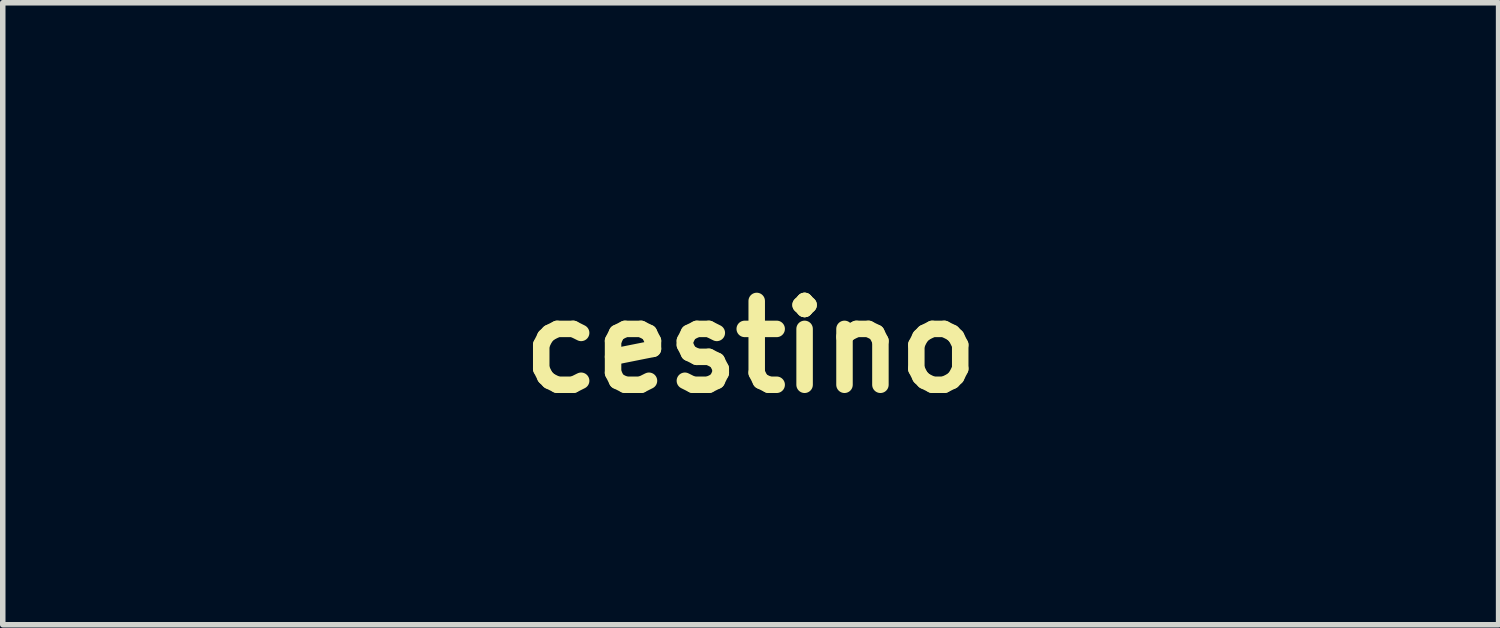
<source format=kicad_pcb>
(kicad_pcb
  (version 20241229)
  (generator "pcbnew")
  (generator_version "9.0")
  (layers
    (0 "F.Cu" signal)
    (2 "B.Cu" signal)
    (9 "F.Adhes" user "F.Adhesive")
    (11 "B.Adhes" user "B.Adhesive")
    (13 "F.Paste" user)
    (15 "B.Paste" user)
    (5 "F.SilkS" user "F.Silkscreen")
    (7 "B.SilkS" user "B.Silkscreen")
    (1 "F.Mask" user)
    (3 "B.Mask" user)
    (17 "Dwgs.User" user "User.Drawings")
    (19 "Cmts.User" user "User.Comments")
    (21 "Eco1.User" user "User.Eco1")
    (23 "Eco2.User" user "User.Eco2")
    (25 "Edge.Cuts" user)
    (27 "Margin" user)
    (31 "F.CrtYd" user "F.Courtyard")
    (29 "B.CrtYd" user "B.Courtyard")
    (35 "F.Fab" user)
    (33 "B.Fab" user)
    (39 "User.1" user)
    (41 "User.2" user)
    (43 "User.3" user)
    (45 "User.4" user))
  (footprint "cestino"
    (layer "F.Cu")
    (at 10.603 3.258)
    (property "Reference" "cestino" (at 0 0 0) (layer "F.SilkS") (effects (font (size 1.524 1.524) (thickness 0.3))))
    (attr through_hole)
    (fp_poly (pts (xy 3.112 0.32) (xy 3.19 0.374) (xy 3.239 0.452) (xy 3.253 0.548) (xy 3.246 0.591) (xy 3.203 0.677) (xy 3.133 0.736) (xy 3.046 0.764) (xy 2.953 0.758) (xy 2.865 0.717) (xy 2.836 0.692) (xy 2.792 0.643) (xy 2.774 0.598) (xy 2.775 0.535) (xy 2.777 0.513) (xy 2.806 0.409) (xy 2.866 0.339) (xy 2.955 0.305) (xy 3.011 0.3) (xy 3.112 0.32)) (stroke (width 0.01) (type solid)) (fill yes) (layer "F.Mask"))
    (fp_poly (pts (xy 3.981 -1.981) (xy 4.045 -1.967) (xy 4.074 -1.95) (xy 4.082 -1.938) (xy 4.088 -1.917) (xy 4.094 -1.883) (xy 4.098 -1.833) (xy 4.102 -1.763) (xy 4.105 -1.67) (xy 4.107 -1.549) (xy 4.108 -1.399) (xy 4.109 -1.214) (xy 4.11 -0.991) (xy 4.11 -0.728) (xy 4.11 -0.612) (xy 4.11 -0.331) (xy 4.11 -0.093) (xy 4.109 0.107) (xy 4.108 0.27) (xy 4.106 0.402) (xy 4.103 0.506) (xy 4.1 0.584) (xy 4.096 0.642) (xy 4.091 0.681) (xy 4.084 0.707) (xy 4.077 0.722) (xy 4.074 0.726) (xy 4.033 0.748) (xy 3.96 0.76) (xy 3.879 0.762) (xy 3.778 0.758) (xy 3.713 0.744) (xy 3.685 0.726) (xy 3.677 0.714) (xy 3.67 0.693) (xy 3.665 0.659) (xy 3.66 0.609) (xy 3.656 0.539) (xy 3.654 0.446) (xy 3.652 0.326) (xy 3.65 0.175) (xy 3.649 -0.01) (xy 3.649 -0.233) (xy 3.648 -0.496) (xy 3.648 -0.612) (xy 3.648 -0.893) (xy 3.649 -1.131) (xy 3.65 -1.33) (xy 3.651 -1.494) (xy 3.653 -1.626) (xy 3.655 -1.729) (xy 3.659 -1.808) (xy 3.663 -1.865) (xy 3.668 -1.905) (xy 3.674 -1.931) (xy 3.681 -1.946) (xy 3.685 -1.95) (xy 3.726 -1.972) (xy 3.798 -1.983) (xy 3.879 -1.986) (xy 3.981 -1.981)) (stroke (width 0.01) (type solid)) (fill yes) (layer "F.Mask"))
    (fp_poly (pts (xy -2.124 -1.986) (xy -1.913 -1.986) (xy -1.743 -1.986) (xy -1.61 -1.984) (xy -1.51 -1.979) (xy -1.438 -1.97) (xy -1.389 -1.955) (xy -1.36 -1.933) (xy -1.344 -1.903) (xy -1.339 -1.863) (xy -1.339 -1.813) (xy -1.339 -1.761) (xy -1.342 -1.671) (xy -1.355 -1.608) (xy -1.386 -1.568) (xy -1.442 -1.545) (xy -1.53 -1.533) (xy -1.649 -1.528) (xy -1.893 -1.52) (xy -1.893 -0.407) (xy -1.894 -0.133) (xy -1.895 0.098) (xy -1.896 0.287) (xy -1.899 0.44) (xy -1.902 0.557) (xy -1.906 0.642) (xy -1.912 0.699) (xy -1.918 0.729) (xy -1.921 0.734) (xy -1.96 0.749) (xy -2.036 0.759) (xy -2.128 0.762) (xy -2.221 0.76) (xy -2.279 0.754) (xy -2.312 0.741) (xy -2.331 0.718) (xy -2.331 0.717) (xy -2.338 0.682) (xy -2.343 0.601) (xy -2.347 0.477) (xy -2.351 0.309) (xy -2.353 0.1) (xy -2.355 -0.15) (xy -2.355 -0.426) (xy -2.355 -1.524) (xy -2.581 -1.524) (xy -2.71 -1.526) (xy -2.801 -1.536) (xy -2.859 -1.559) (xy -2.892 -1.599) (xy -2.906 -1.661) (xy -2.909 -1.746) (xy -2.91 -1.811) (xy -2.91 -1.863) (xy -2.904 -1.903) (xy -2.887 -1.934) (xy -2.855 -1.956) (xy -2.804 -1.971) (xy -2.729 -1.98) (xy -2.626 -1.984) (xy -2.489 -1.986) (xy -2.315 -1.986) (xy -2.124 -1.986)) (stroke (width 0.01) (type solid)) (fill yes) (layer "F.Mask"))
    (fp_poly (pts (xy -7.414 -1.952) (xy -7.256 -1.914) (xy -7.116 -1.84) (xy -7.035 -1.777) (xy -6.956 -1.693) (xy -6.889 -1.596) (xy -6.837 -1.493) (xy -6.803 -1.394) (xy -6.79 -1.307) (xy -6.801 -1.239) (xy -6.833 -1.202) (xy -6.88 -1.189) (xy -6.954 -1.18) (xy -7.018 -1.178) (xy -7.113 -1.183) (xy -7.178 -1.205) (xy -7.228 -1.253) (xy -7.278 -1.335) (xy -7.349 -1.423) (xy -7.443 -1.478) (xy -7.549 -1.498) (xy -7.656 -1.479) (xy -7.715 -1.448) (xy -7.758 -1.417) (xy -7.793 -1.386) (xy -7.82 -1.347) (xy -7.841 -1.298) (xy -7.855 -1.231) (xy -7.865 -1.142) (xy -7.87 -1.025) (xy -7.873 -0.875) (xy -7.874 -0.687) (xy -7.874 -0.588) (xy -7.874 -0.38) (xy -7.872 -0.213) (xy -7.868 -0.081) (xy -7.859 0.021) (xy -7.846 0.097) (xy -7.827 0.153) (xy -7.801 0.194) (xy -7.766 0.226) (xy -7.721 0.253) (xy -7.68 0.275) (xy -7.611 0.306) (xy -7.561 0.317) (xy -7.508 0.31) (xy -7.476 0.301) (xy -7.406 0.269) (xy -7.337 0.221) (xy -7.282 0.167) (xy -7.252 0.118) (xy -7.251 0.105) (xy -7.229 0.053) (xy -7.166 0.018) (xy -7.061 0.002) (xy -7.005 0) (xy -6.903 0.004) (xy -6.838 0.019) (xy -6.803 0.051) (xy -6.79 0.104) (xy -6.789 0.139) (xy -6.809 0.246) (xy -6.863 0.363) (xy -6.944 0.48) (xy -7.045 0.587) (xy -7.158 0.674) (xy -7.24 0.719) (xy -7.344 0.751) (xy -7.472 0.771) (xy -7.604 0.776) (xy -7.719 0.766) (xy -7.742 0.761) (xy -7.913 0.695) (xy -8.065 0.59) (xy -8.19 0.452) (xy -8.263 0.327) (xy -8.324 0.196) (xy -8.324 -1.397) (xy -8.26 -1.527) (xy -8.17 -1.667) (xy -8.046 -1.793) (xy -7.904 -1.89) (xy -7.894 -1.896) (xy -7.814 -1.928) (xy -7.717 -1.947) (xy -7.597 -1.958) (xy -7.414 -1.952)) (stroke (width 0.01) (type solid)) (fill yes) (layer "F.Mask"))
    (fp_poly (pts (xy -3.965 -1.972) (xy -3.884 -1.964) (xy -3.815 -1.946) (xy -3.744 -1.916) (xy -3.741 -1.914) (xy -3.637 -1.857) (xy -3.552 -1.793) (xy -3.491 -1.73) (xy -3.464 -1.675) (xy -3.464 -1.667) (xy -3.477 -1.625) (xy -3.513 -1.563) (xy -3.557 -1.503) (xy -3.627 -1.426) (xy -3.691 -1.39) (xy -3.759 -1.393) (xy -3.843 -1.433) (xy -3.879 -1.457) (xy -3.949 -1.5) (xy -4.008 -1.519) (xy -4.077 -1.519) (xy -4.094 -1.518) (xy -4.205 -1.489) (xy -4.289 -1.429) (xy -4.341 -1.345) (xy -4.356 -1.247) (xy -4.333 -1.149) (xy -4.307 -1.096) (xy -4.272 -1.058) (xy -4.22 -1.03) (xy -4.141 -1.007) (xy -4.027 -0.984) (xy -4.006 -0.981) (xy -3.786 -0.923) (xy -3.599 -0.834) (xy -3.445 -0.713) (xy -3.323 -0.56) (xy -3.272 -0.464) (xy -3.236 -0.382) (xy -3.215 -0.31) (xy -3.205 -0.232) (xy -3.202 -0.127) (xy -3.202 -0.118) (xy -3.205 -0.013) (xy -3.214 0.086) (xy -3.225 0.161) (xy -3.228 0.173) (xy -3.295 0.333) (xy -3.397 0.48) (xy -3.525 0.606) (xy -3.671 0.7) (xy -3.741 0.729) (xy -3.842 0.754) (xy -3.969 0.77) (xy -4.104 0.776) (xy -4.232 0.773) (xy -4.333 0.757) (xy -4.343 0.755) (xy -4.517 0.683) (xy -4.676 0.572) (xy -4.752 0.499) (xy -4.817 0.421) (xy -4.846 0.358) (xy -4.839 0.3) (xy -4.794 0.24) (xy -4.711 0.166) (xy -4.705 0.162) (xy -4.64 0.114) (xy -4.585 0.08) (xy -4.556 0.069) (xy -4.524 0.084) (xy -4.47 0.123) (xy -4.412 0.174) (xy -4.295 0.258) (xy -4.171 0.306) (xy -4.045 0.318) (xy -3.927 0.296) (xy -3.823 0.242) (xy -3.739 0.158) (xy -3.684 0.044) (xy -3.676 0.01) (xy -3.662 -0.131) (xy -3.685 -0.251) (xy -3.748 -0.351) (xy -3.851 -0.431) (xy -3.996 -0.494) (xy -4.174 -0.539) (xy -4.374 -0.592) (xy -4.534 -0.67) (xy -4.658 -0.774) (xy -4.744 -0.905) (xy -4.796 -1.064) (xy -4.813 -1.247) (xy -4.802 -1.414) (xy -4.764 -1.554) (xy -4.694 -1.678) (xy -4.614 -1.771) (xy -4.502 -1.866) (xy -4.38 -1.929) (xy -4.239 -1.964) (xy -4.076 -1.974) (xy -3.965 -1.972)) (stroke (width 0.01) (type solid)) (fill yes) (layer "F.Mask"))
    (fp_poly (pts (xy -5.472 -1.962) (xy -5.356 -1.958) (xy -5.272 -1.95) (xy -5.215 -1.936) (xy -5.179 -1.915) (xy -5.159 -1.884) (xy -5.151 -1.843) (xy -5.149 -1.79) (xy -5.149 -1.746) (xy -5.15 -1.67) (xy -5.157 -1.613) (xy -5.175 -1.574) (xy -5.212 -1.548) (xy -5.273 -1.533) (xy -5.364 -1.525) (xy -5.492 -1.521) (xy -5.581 -1.519) (xy -5.74 -1.515) (xy -5.856 -1.509) (xy -5.934 -1.5) (xy -5.977 -1.488) (xy -5.985 -1.483) (xy -6.006 -1.438) (xy -6.019 -1.363) (xy -6.025 -1.271) (xy -6.022 -1.178) (xy -6.012 -1.099) (xy -5.994 -1.05) (xy -5.979 -1.029) (xy -5.96 -1.013) (xy -5.931 -1.003) (xy -5.885 -0.997) (xy -5.813 -0.994) (xy -5.708 -0.993) (xy -5.599 -0.993) (xy -5.444 -0.992) (xy -5.33 -0.987) (xy -5.25 -0.975) (xy -5.198 -0.953) (xy -5.167 -0.917) (xy -5.153 -0.866) (xy -5.149 -0.795) (xy -5.149 -0.767) (xy -5.151 -0.685) (xy -5.159 -0.625) (xy -5.181 -0.583) (xy -5.221 -0.556) (xy -5.287 -0.54) (xy -5.385 -0.533) (xy -5.519 -0.531) (xy -5.588 -0.531) (xy -5.74 -0.531) (xy -5.853 -0.528) (xy -5.931 -0.515) (xy -5.982 -0.488) (xy -6.01 -0.44) (xy -6.023 -0.367) (xy -6.027 -0.263) (xy -6.027 -0.135) (xy -6.025 -0.018) (xy -6.02 0.087) (xy -6.014 0.168) (xy -6.005 0.215) (xy -6.005 0.216) (xy -5.983 0.274) (xy -5.599 0.281) (xy -5.444 0.285) (xy -5.33 0.29) (xy -5.25 0.302) (xy -5.198 0.322) (xy -5.168 0.354) (xy -5.154 0.401) (xy -5.15 0.467) (xy -5.149 0.522) (xy -5.149 0.585) (xy -5.152 0.634) (xy -5.164 0.672) (xy -5.188 0.699) (xy -5.231 0.718) (xy -5.297 0.729) (xy -5.39 0.736) (xy -5.517 0.738) (xy -5.681 0.739) (xy -5.816 0.739) (xy -6.016 0.738) (xy -6.172 0.736) (xy -6.29 0.732) (xy -6.371 0.727) (xy -6.42 0.719) (xy -6.438 0.711) (xy -6.444 0.682) (xy -6.45 0.612) (xy -6.454 0.506) (xy -6.458 0.37) (xy -6.462 0.207) (xy -6.464 0.024) (xy -6.466 -0.175) (xy -6.467 -0.384) (xy -6.468 -0.599) (xy -6.467 -0.814) (xy -6.466 -1.025) (xy -6.465 -1.225) (xy -6.462 -1.41) (xy -6.459 -1.576) (xy -6.455 -1.716) (xy -6.45 -1.826) (xy -6.445 -1.9) (xy -6.439 -1.934) (xy -6.438 -1.935) (xy -6.414 -1.944) (xy -6.359 -1.952) (xy -6.272 -1.957) (xy -6.148 -1.96) (xy -5.984 -1.962) (xy -5.816 -1.963) (xy -5.623 -1.963) (xy -5.472 -1.962)) (stroke (width 0.01) (type solid)) (fill yes) (layer "F.Mask"))
    (fp_poly (pts (xy -0.022 -1.962) (xy 0.093 -1.958) (xy 0.177 -1.95) (xy 0.235 -1.936) (xy 0.271 -1.915) (xy 0.291 -1.884) (xy 0.299 -1.843) (xy 0.3 -1.79) (xy 0.3 -1.746) (xy 0.299 -1.67) (xy 0.293 -1.613) (xy 0.274 -1.574) (xy 0.238 -1.548) (xy 0.177 -1.533) (xy 0.086 -1.525) (xy -0.042 -1.521) (xy -0.132 -1.519) (xy -0.291 -1.515) (xy -0.407 -1.509) (xy -0.485 -1.5) (xy -0.527 -1.488) (xy -0.535 -1.483) (xy -0.556 -1.438) (xy -0.569 -1.363) (xy -0.575 -1.271) (xy -0.573 -1.178) (xy -0.562 -1.099) (xy -0.545 -1.05) (xy -0.529 -1.029) (xy -0.511 -1.013) (xy -0.482 -1.003) (xy -0.435 -0.997) (xy -0.363 -0.994) (xy -0.258 -0.993) (xy -0.15 -0.993) (xy 0.005 -0.992) (xy 0.119 -0.987) (xy 0.2 -0.975) (xy 0.252 -0.953) (xy 0.282 -0.917) (xy 0.296 -0.866) (xy 0.3 -0.795) (xy 0.3 -0.767) (xy 0.299 -0.685) (xy 0.29 -0.625) (xy 0.269 -0.583) (xy 0.228 -0.556) (xy 0.162 -0.54) (xy 0.065 -0.533) (xy -0.07 -0.531) (xy -0.139 -0.531) (xy -0.291 -0.531) (xy -0.403 -0.528) (xy -0.482 -0.515) (xy -0.532 -0.488) (xy -0.561 -0.44) (xy -0.574 -0.367) (xy -0.577 -0.263) (xy -0.577 -0.135) (xy -0.576 -0.018) (xy -0.571 0.087) (xy -0.564 0.168) (xy -0.556 0.215) (xy -0.555 0.216) (xy -0.533 0.274) (xy -0.149 0.281) (xy 0.005 0.285) (xy 0.119 0.29) (xy 0.199 0.302) (xy 0.252 0.322) (xy 0.282 0.354) (xy 0.296 0.401) (xy 0.3 0.467) (xy 0.3 0.522) (xy 0.3 0.585) (xy 0.297 0.634) (xy 0.286 0.672) (xy 0.261 0.699) (xy 0.219 0.718) (xy 0.153 0.729) (xy 0.059 0.736) (xy -0.067 0.738) (xy -0.232 0.739) (xy -0.366 0.739) (xy -0.566 0.738) (xy -0.723 0.736) (xy -0.84 0.732) (xy -0.922 0.727) (xy -0.97 0.719) (xy -0.988 0.711) (xy -0.995 0.682) (xy -1 0.612) (xy -1.005 0.506) (xy -1.009 0.37) (xy -1.012 0.207) (xy -1.015 0.024) (xy -1.017 -0.175) (xy -1.018 -0.384) (xy -1.018 -0.599) (xy -1.018 -0.814) (xy -1.017 -1.025) (xy -1.015 -1.225) (xy -1.013 -1.41) (xy -1.009 -1.576) (xy -1.005 -1.716) (xy -1.001 -1.826) (xy -0.995 -1.9) (xy -0.989 -1.934) (xy -0.988 -1.935) (xy -0.964 -1.944) (xy -0.91 -1.952) (xy -0.822 -1.957) (xy -0.698 -1.96) (xy -0.534 -1.962) (xy -0.366 -1.963) (xy -0.174 -1.963) (xy -0.022 -1.962)) (stroke (width 0.01) (type solid)) (fill yes) (layer "F.Mask"))
    (fp_poly (pts (xy 7.637 -2.018) (xy 7.719 -2.008) (xy 7.791 -1.987) (xy 7.854 -1.959) (xy 8.012 -1.861) (xy 8.144 -1.728) (xy 8.24 -1.574) (xy 8.301 -1.443) (xy 8.308 -0.673) (xy 8.31 -0.462) (xy 8.311 -0.291) (xy 8.311 -0.156) (xy 8.309 -0.049) (xy 8.306 0.033) (xy 8.301 0.098) (xy 8.294 0.15) (xy 8.284 0.196) (xy 8.272 0.24) (xy 8.268 0.254) (xy 8.194 0.419) (xy 8.082 0.563) (xy 7.936 0.679) (xy 7.894 0.704) (xy 7.824 0.738) (xy 7.76 0.76) (xy 7.683 0.772) (xy 7.579 0.778) (xy 7.562 0.779) (xy 7.42 0.778) (xy 7.313 0.766) (xy 7.271 0.755) (xy 7.104 0.669) (xy 6.959 0.549) (xy 6.844 0.403) (xy 6.803 0.326) (xy 6.791 0.297) (xy 6.78 0.266) (xy 6.772 0.23) (xy 6.766 0.182) (xy 6.761 0.119) (xy 6.758 0.035) (xy 6.756 -0.075) (xy 6.755 -0.216) (xy 6.754 -0.393) (xy 6.754 -0.611) (xy 6.754 -0.618) (xy 7.204 -0.618) (xy 7.205 -0.42) (xy 7.206 -0.263) (xy 7.208 -0.141) (xy 7.211 -0.048) (xy 7.216 0.02) (xy 7.223 0.07) (xy 7.232 0.106) (xy 7.243 0.134) (xy 7.245 0.138) (xy 7.311 0.227) (xy 7.402 0.291) (xy 7.504 0.322) (xy 7.528 0.323) (xy 7.617 0.307) (xy 7.692 0.271) (xy 7.734 0.241) (xy 7.769 0.211) (xy 7.796 0.175) (xy 7.816 0.129) (xy 7.831 0.067) (xy 7.84 -0.016) (xy 7.845 -0.124) (xy 7.848 -0.264) (xy 7.847 -0.439) (xy 7.846 -0.647) (xy 7.844 -0.846) (xy 7.842 -1.004) (xy 7.839 -1.127) (xy 7.836 -1.219) (xy 7.832 -1.287) (xy 7.825 -1.335) (xy 7.817 -1.369) (xy 7.806 -1.394) (xy 7.793 -1.416) (xy 7.788 -1.423) (xy 7.702 -1.508) (xy 7.598 -1.554) (xy 7.487 -1.559) (xy 7.376 -1.521) (xy 7.34 -1.499) (xy 7.303 -1.471) (xy 7.274 -1.44) (xy 7.251 -1.403) (xy 7.234 -1.353) (xy 7.221 -1.286) (xy 7.213 -1.195) (xy 7.208 -1.077) (xy 7.205 -0.926) (xy 7.204 -0.736) (xy 7.204 -0.618) (xy 6.754 -0.618) (xy 6.754 -0.623) (xy 6.754 -0.843) (xy 6.755 -1.021) (xy 6.755 -1.163) (xy 6.757 -1.274) (xy 6.76 -1.359) (xy 6.765 -1.422) (xy 6.771 -1.47) (xy 6.779 -1.505) (xy 6.789 -1.535) (xy 6.802 -1.563) (xy 6.807 -1.573) (xy 6.908 -1.733) (xy 7.035 -1.858) (xy 7.176 -1.944) (xy 7.26 -1.983) (xy 7.329 -2.006) (xy 7.402 -2.017) (xy 7.498 -2.02) (xy 7.527 -2.02) (xy 7.637 -2.018)) (stroke (width 0.01) (type solid)) (fill yes) (layer "F.Mask"))
    (fp_poly (pts (xy 6.203 -1.981) (xy 6.275 -1.968) (xy 6.314 -1.95) (xy 6.322 -1.938) (xy 6.328 -1.917) (xy 6.334 -1.883) (xy 6.338 -1.833) (xy 6.342 -1.763) (xy 6.345 -1.669) (xy 6.347 -1.549) (xy 6.348 -1.397) (xy 6.349 -1.212) (xy 6.35 -0.989) (xy 6.35 -0.724) (xy 6.35 -0.62) (xy 6.35 -0.302) (xy 6.348 -0.025) (xy 6.346 0.209) (xy 6.343 0.4) (xy 6.339 0.546) (xy 6.335 0.649) (xy 6.329 0.706) (xy 6.326 0.717) (xy 6.289 0.744) (xy 6.221 0.761) (xy 6.139 0.766) (xy 6.056 0.76) (xy 5.987 0.744) (xy 5.953 0.722) (xy 5.933 0.692) (xy 5.893 0.628) (xy 5.837 0.533) (xy 5.767 0.414) (xy 5.686 0.275) (xy 5.598 0.121) (xy 5.541 0.023) (xy 5.449 -0.138) (xy 5.362 -0.287) (xy 5.284 -0.42) (xy 5.218 -0.531) (xy 5.166 -0.615) (xy 5.132 -0.667) (xy 5.121 -0.681) (xy 5.088 -0.712) (xy 5.067 -0.71) (xy 5.044 -0.683) (xy 5.034 -0.662) (xy 5.026 -0.625) (xy 5.02 -0.569) (xy 5.016 -0.488) (xy 5.013 -0.377) (xy 5.011 -0.231) (xy 5.011 -0.046) (xy 5.011 0.034) (xy 5.01 0.247) (xy 5.008 0.416) (xy 5.005 0.546) (xy 5 0.639) (xy 4.994 0.7) (xy 4.986 0.73) (xy 4.983 0.734) (xy 4.944 0.749) (xy 4.868 0.759) (xy 4.775 0.762) (xy 4.684 0.761) (xy 4.628 0.756) (xy 4.597 0.745) (xy 4.58 0.723) (xy 4.571 0.701) (xy 4.566 0.663) (xy 4.561 0.581) (xy 4.558 0.456) (xy 4.555 0.29) (xy 4.554 0.084) (xy 4.553 -0.16) (xy 4.553 -0.439) (xy 4.554 -0.65) (xy 4.556 -0.931) (xy 4.557 -1.169) (xy 4.559 -1.368) (xy 4.561 -1.531) (xy 4.564 -1.661) (xy 4.567 -1.763) (xy 4.571 -1.84) (xy 4.575 -1.895) (xy 4.581 -1.931) (xy 4.587 -1.953) (xy 4.595 -1.963) (xy 4.595 -1.963) (xy 4.652 -1.981) (xy 4.732 -1.987) (xy 4.82 -1.981) (xy 4.895 -1.966) (xy 4.936 -1.945) (xy 4.958 -1.916) (xy 5 -1.852) (xy 5.059 -1.757) (xy 5.131 -1.637) (xy 5.213 -1.497) (xy 5.303 -1.343) (xy 5.367 -1.231) (xy 5.46 -1.07) (xy 5.547 -0.92) (xy 5.625 -0.788) (xy 5.691 -0.678) (xy 5.743 -0.594) (xy 5.776 -0.543) (xy 5.788 -0.528) (xy 5.82 -0.512) (xy 5.849 -0.532) (xy 5.856 -0.542) (xy 5.866 -0.564) (xy 5.873 -0.603) (xy 5.879 -0.664) (xy 5.883 -0.752) (xy 5.886 -0.871) (xy 5.888 -1.027) (xy 5.888 -1.223) (xy 5.888 -1.258) (xy 5.889 -1.47) (xy 5.891 -1.64) (xy 5.894 -1.769) (xy 5.899 -1.863) (xy 5.905 -1.923) (xy 5.913 -1.954) (xy 5.916 -1.958) (xy 5.958 -1.976) (xy 6.03 -1.985) (xy 6.117 -1.987) (xy 6.203 -1.981)) (stroke (width 0.01) (type solid)) (fill yes) (layer "F.Mask"))
    (fp_poly (pts (xy 1.393 -1.962) (xy 1.538 -1.957) (xy 1.652 -1.947) (xy 1.743 -1.93) (xy 1.818 -1.903) (xy 1.885 -1.866) (xy 1.95 -1.815) (xy 2.008 -1.764) (xy 2.116 -1.648) (xy 2.19 -1.527) (xy 2.235 -1.389) (xy 2.257 -1.222) (xy 2.258 -1.204) (xy 2.257 -1.01) (xy 2.229 -0.848) (xy 2.172 -0.706) (xy 2.136 -0.647) (xy 2.059 -0.532) (xy 2.201 -0.41) (xy 2.272 -0.349) (xy 2.331 -0.295) (xy 2.368 -0.259) (xy 2.372 -0.254) (xy 2.382 -0.219) (xy 2.39 -0.147) (xy 2.396 -0.046) (xy 2.4 0.074) (xy 2.402 0.205) (xy 2.402 0.338) (xy 2.4 0.465) (xy 2.395 0.577) (xy 2.389 0.665) (xy 2.38 0.72) (xy 2.374 0.734) (xy 2.335 0.749) (xy 2.263 0.759) (xy 2.182 0.762) (xy 2.089 0.758) (xy 2.02 0.747) (xy 1.99 0.734) (xy 1.978 0.701) (xy 1.969 0.627) (xy 1.964 0.512) (xy 1.962 0.359) (xy 1.959 0.193) (xy 1.953 0.07) (xy 1.942 -0.01) (xy 1.933 -0.038) (xy 1.901 -0.077) (xy 1.845 -0.133) (xy 1.777 -0.193) (xy 1.776 -0.194) (xy 1.646 -0.3) (xy 1.438 -0.3) (xy 1.317 -0.297) (xy 1.239 -0.287) (xy 1.205 -0.271) (xy 1.196 -0.237) (xy 1.188 -0.161) (xy 1.181 -0.049) (xy 1.176 0.097) (xy 1.173 0.238) (xy 1.17 0.404) (xy 1.167 0.529) (xy 1.162 0.619) (xy 1.155 0.68) (xy 1.147 0.717) (xy 1.136 0.736) (xy 1.131 0.739) (xy 1.092 0.75) (xy 1.022 0.758) (xy 0.935 0.762) (xy 0.93 0.762) (xy 0.841 0.76) (xy 0.786 0.753) (xy 0.755 0.738) (xy 0.74 0.717) (xy 0.734 0.683) (xy 0.729 0.602) (xy 0.724 0.477) (xy 0.721 0.308) (xy 0.718 0.096) (xy 0.717 -0.16) (xy 0.716 -0.457) (xy 0.716 -0.6) (xy 0.716 -0.916) (xy 0.717 -1.131) (xy 1.178 -1.131) (xy 1.18 -0.98) (xy 1.186 -0.874) (xy 1.196 -0.81) (xy 1.205 -0.79) (xy 1.249 -0.771) (xy 1.325 -0.761) (xy 1.417 -0.761) (xy 1.512 -0.769) (xy 1.597 -0.785) (xy 1.656 -0.807) (xy 1.732 -0.873) (xy 1.779 -0.961) (xy 1.799 -1.081) (xy 1.801 -1.136) (xy 1.786 -1.274) (xy 1.742 -1.378) (xy 1.666 -1.451) (xy 1.642 -1.465) (xy 1.582 -1.484) (xy 1.499 -1.496) (xy 1.405 -1.501) (xy 1.316 -1.499) (xy 1.244 -1.49) (xy 1.205 -1.473) (xy 1.192 -1.438) (xy 1.183 -1.36) (xy 1.179 -1.24) (xy 1.178 -1.131) (xy 0.717 -1.131) (xy 0.718 -1.19) (xy 0.72 -1.421) (xy 0.723 -1.609) (xy 0.727 -1.754) (xy 0.731 -1.854) (xy 0.737 -1.908) (xy 0.74 -1.918) (xy 0.751 -1.934) (xy 0.769 -1.945) (xy 0.801 -1.953) (xy 0.853 -1.958) (xy 0.932 -1.961) (xy 1.043 -1.962) (xy 1.194 -1.963) (xy 1.209 -1.963) (xy 1.393 -1.962)) (stroke (width 0.01) (type solid)) (fill yes) (layer "F.Mask"))
    (fp_poly (pts (xy -2.995 -3.253) (xy -2.324 -3.253) (xy -1.609 -3.252) (xy -0.849 -3.252) (xy -0.045 -3.251) (xy 0.162 -3.251) (xy 8.509 -3.244) (xy 8.731 -3.183) (xy 9.007 -3.095) (xy 9.248 -2.992) (xy 9.466 -2.868) (xy 9.671 -2.715) (xy 9.873 -2.53) (xy 10.072 -2.313) (xy 10.232 -2.097) (xy 10.361 -1.87) (xy 10.465 -1.621) (xy 10.491 -1.544) (xy 10.526 -1.429) (xy 10.553 -1.319) (xy 10.573 -1.205) (xy 10.586 -1.081) (xy 10.594 -0.937) (xy 10.596 -0.765) (xy 10.595 -0.558) (xy 10.593 -0.485) (xy 10.59 -0.309) (xy 10.586 -0.172) (xy 10.581 -0.065) (xy 10.575 0.019) (xy 10.565 0.089) (xy 10.553 0.152) (xy 10.536 0.216) (xy 10.522 0.266) (xy 10.483 0.38) (xy 10.431 0.514) (xy 10.373 0.645) (xy 10.345 0.704) (xy 10.176 0.996) (xy 9.973 1.256) (xy 9.738 1.484) (xy 9.47 1.679) (xy 9.171 1.841) (xy 8.841 1.969) (xy 8.809 1.979) (xy 8.601 2.044) (xy 0.069 2.048) (xy -0.678 2.048) (xy -1.38 2.048) (xy -2.039 2.049) (xy -2.656 2.049) (xy -3.233 2.049) (xy -3.77 2.049) (xy -4.27 2.049) (xy -4.733 2.049) (xy -5.162 2.049) (xy -5.557 2.049) (xy -5.92 2.049) (xy -6.253 2.048) (xy -6.556 2.048) (xy -6.832 2.047) (xy -7.081 2.046) (xy -7.306 2.045) (xy -7.506 2.044) (xy -7.685 2.043) (xy -7.843 2.042) (xy -7.982 2.041) (xy -8.103 2.039) (xy -8.208 2.037) (xy -8.297 2.035) (xy -8.373 2.033) (xy -8.437 2.031) (xy -8.49 2.028) (xy -8.534 2.026) (xy -8.569 2.023) (xy -8.599 2.02) (xy -8.623 2.017) (xy -8.643 2.013) (xy -8.659 2.01) (xy -8.977 1.919) (xy -9.276 1.788) (xy -9.552 1.62) (xy -9.802 1.419) (xy -10.024 1.187) (xy -10.214 0.929) (xy -10.37 0.646) (xy -10.489 0.342) (xy -10.566 0.021) (xy -10.576 -0.041) (xy -10.589 -0.164) (xy -10.596 -0.318) (xy -10.598 -0.493) (xy -10.595 -0.679) (xy -10.59 -0.813) (xy -9.997 -0.813) (xy -9.996 -0.68) (xy -9.993 -0.523) (xy -9.989 -0.353) (xy -9.984 -0.222) (xy -9.978 -0.121) (xy -9.97 -0.042) (xy -9.959 0.024) (xy -9.944 0.084) (xy -9.931 0.127) (xy -9.819 0.403) (xy -9.671 0.654) (xy -9.49 0.877) (xy -9.281 1.069) (xy -9.046 1.227) (xy -8.789 1.349) (xy -8.514 1.43) (xy -8.393 1.452) (xy -8.356 1.454) (xy -8.276 1.456) (xy -8.153 1.458) (xy -7.99 1.459) (xy -7.789 1.461) (xy -7.552 1.463) (xy -7.281 1.464) (xy -6.978 1.465) (xy -6.644 1.467) (xy -6.283 1.468) (xy -5.896 1.469) (xy -5.484 1.47) (xy -5.051 1.471) (xy -4.598 1.472) (xy -4.127 1.472) (xy -3.64 1.473) (xy -3.139 1.474) (xy -2.626 1.474) (xy -2.103 1.475) (xy -1.572 1.475) (xy -1.036 1.475) (xy -0.495 1.475) (xy 0.047 1.475) (xy 0.589 1.475) (xy 1.128 1.475) (xy 1.664 1.475) (xy 2.193 1.475) (xy 2.714 1.475) (xy 3.225 1.474) (xy 3.723 1.474) (xy 4.207 1.473) (xy 4.675 1.472) (xy 5.124 1.471) (xy 5.553 1.47) (xy 5.959 1.469) (xy 6.342 1.468) (xy 6.697 1.467) (xy 7.025 1.466) (xy 7.321 1.465) (xy 7.586 1.463) (xy 7.816 1.462) (xy 8.009 1.46) (xy 8.164 1.458) (xy 8.278 1.457) (xy 8.35 1.455) (xy 8.375 1.453) (xy 8.662 1.392) (xy 8.93 1.29) (xy 9.176 1.151) (xy 9.397 0.978) (xy 9.589 0.773) (xy 9.75 0.54) (xy 9.876 0.281) (xy 9.965 0.000196) (xy 9.989 -0.12) (xy 10.005 -0.249) (xy 10.015 -0.407) (xy 10.018 -0.579) (xy 10.014 -0.756) (xy 10.005 -0.925) (xy 9.99 -1.074) (xy 9.97 -1.191) (xy 9.965 -1.211) (xy 9.892 -1.438) (xy 9.803 -1.636) (xy 9.691 -1.817) (xy 9.548 -1.993) (xy 9.444 -2.102) (xy 9.338 -2.206) (xy 9.248 -2.284) (xy 9.162 -2.346) (xy 9.069 -2.402) (xy 9.015 -2.43) (xy 8.9 -2.485) (xy 8.774 -2.538) (xy 8.658 -2.58) (xy 8.623 -2.591) (xy 8.44 -2.644) (xy 0 -2.644) (xy -0.743 -2.644) (xy -1.441 -2.644) (xy -2.096 -2.644) (xy -2.709 -2.644) (xy -3.281 -2.644) (xy -3.814 -2.643) (xy -4.31 -2.643) (xy -4.769 -2.643) (xy -5.193 -2.643) (xy -5.584 -2.642) (xy -5.943 -2.642) (xy -6.272 -2.641) (xy -6.571 -2.64) (xy -6.842 -2.64) (xy -7.087 -2.639) (xy -7.307 -2.638) (xy -7.504 -2.637) (xy -7.679 -2.635) (xy -7.832 -2.634) (xy -7.967 -2.633) (xy -8.084 -2.631) (xy -8.184 -2.629) (xy -8.269 -2.627) (xy -8.341 -2.625) (xy -8.4 -2.623) (xy -8.449 -2.62) (xy -8.489 -2.617) (xy -8.52 -2.614) (xy -8.545 -2.611) (xy -8.565 -2.608) (xy -8.581 -2.604) (xy -8.59 -2.602) (xy -8.843 -2.51) (xy -9.088 -2.381) (xy -9.316 -2.221) (xy -9.514 -2.037) (xy -9.59 -1.95) (xy -9.691 -1.805) (xy -9.789 -1.631) (xy -9.874 -1.444) (xy -9.939 -1.262) (xy -9.955 -1.204) (xy -9.971 -1.134) (xy -9.983 -1.068) (xy -9.991 -0.999) (xy -9.995 -0.916) (xy -9.997 -0.813) (xy -10.59 -0.813) (xy -10.588 -0.865) (xy -10.577 -1.042) (xy -10.563 -1.198) (xy -10.544 -1.324) (xy -10.533 -1.377) (xy -10.428 -1.699) (xy -10.283 -1.998) (xy -10.098 -2.275) (xy -9.884 -2.519) (xy -9.714 -2.678) (xy -9.548 -2.808) (xy -9.367 -2.92) (xy -9.181 -3.015) (xy -8.944 -3.114) (xy -8.71 -3.182) (xy -8.457 -3.227) (xy -8.41 -3.233) (xy -8.372 -3.235) (xy -8.302 -3.237) (xy -8.201 -3.239) (xy -8.066 -3.241) (xy -7.898 -3.243) (xy -7.696 -3.245) (xy -7.459 -3.246) (xy -7.185 -3.248) (xy -6.876 -3.249) (xy -6.529 -3.25) (xy -6.144 -3.251) (xy -5.72 -3.251) (xy -5.257 -3.252) (xy -4.754 -3.252) (xy -4.209 -3.253) (xy -3.624 -3.253) (xy -2.995 -3.253)) (stroke (width 0.01) (type solid)) (fill yes) (layer "F.Mask")))
  (gr_rect
    (start -3 -3)
    (end 24.204 8.312)
    (stroke (width 0.1) (type default))
    (fill no)
    (layer "Edge.Cuts")))
</source>
